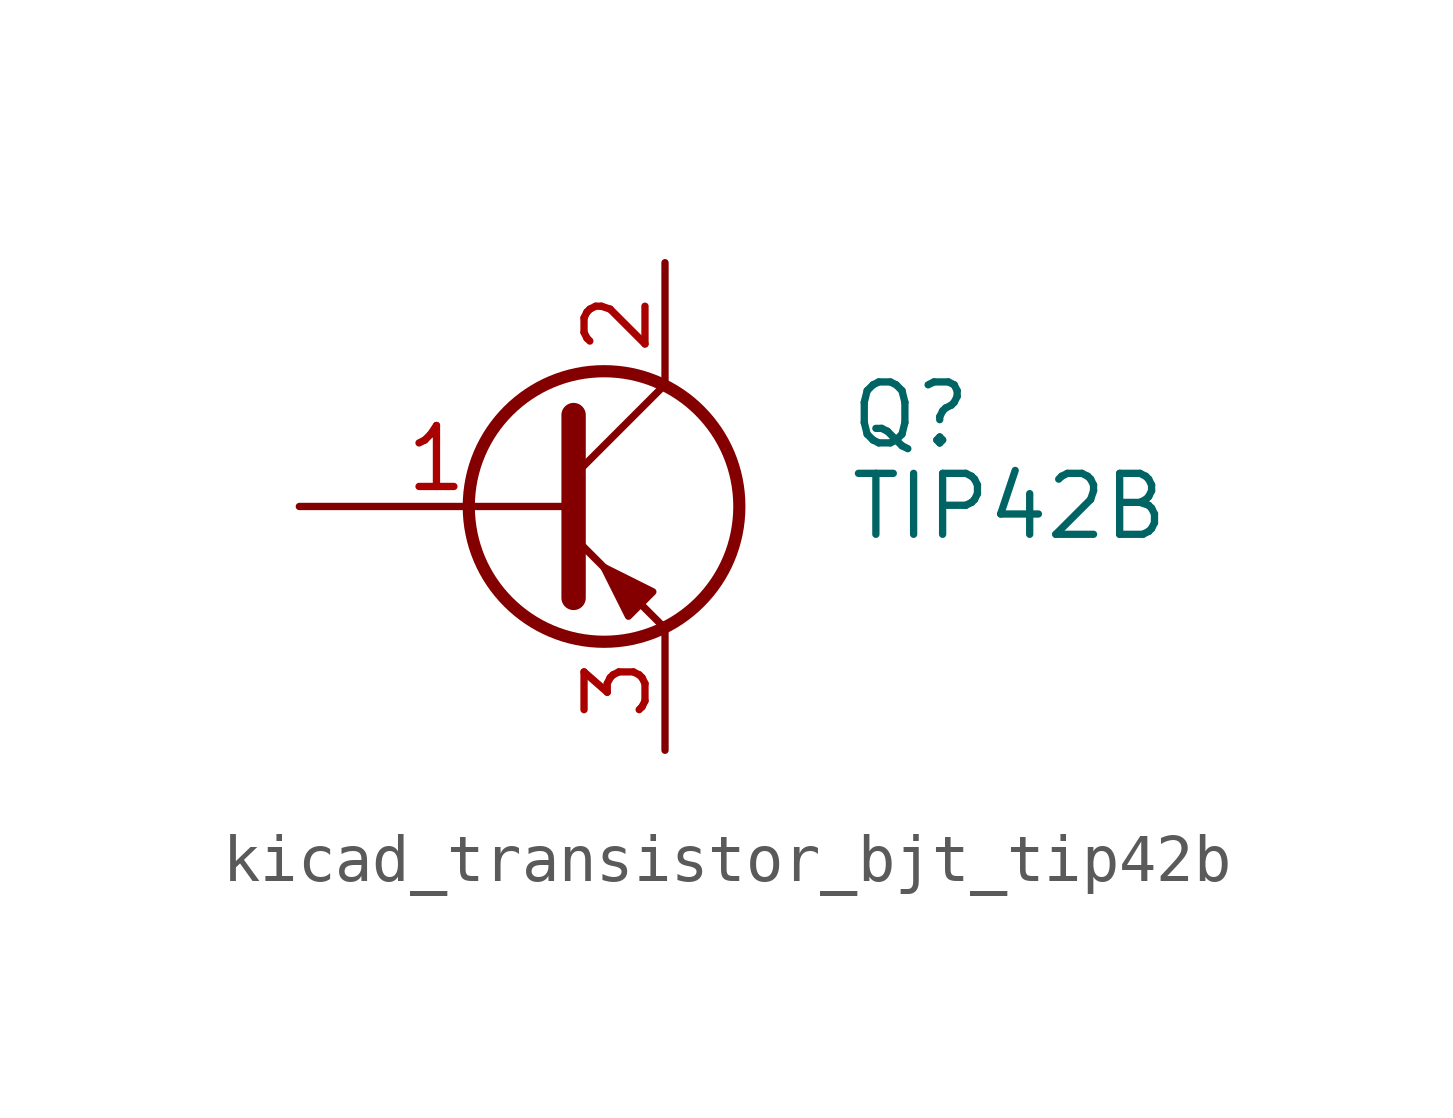
<source format=kicad_sym>
(kicad_symbol_lib
  (version 20220914)
  (generator kicad_symbol_editor)
  (symbol "kicad_transistor_bjt_tip42b"
    (pin_names
      (offset 0) hide)
    (property "Reference" "Q"
      (at 6.35 1.905 0)
      (effects (font (size 1.27 1.27)) (justify left)))
    (property "Value" "TIP42B"
      (at 6.35 0 0)
      (effects (font (size 1.27 1.27)) (justify left)))
    (symbol "kicad_transistor_bjt_tip42b_0_1"
      (polyline (pts (xy 0.635 0.635) (xy 2.54 2.54)) (stroke (width 0) (type default)) (fill (type none)))
      (polyline (pts (xy 0.635 -0.635) (xy 2.54 -2.54) (xy 2.54 -2.54)) (stroke (width 0) (type default)) (fill (type none)))
      (polyline (pts (xy 0.635 1.905) (xy 0.635 -1.905) (xy 0.635 -1.905)) (stroke (width 0.508) (type default)) (fill (type none)))
      (polyline (pts (xy 2.286 -1.778) (xy 1.778 -2.286) (xy 1.27 -1.27) (xy 2.286 -1.778) (xy 2.286 -1.778)) (stroke (width 0) (type default)) (fill (type outline)))
      (circle (center 1.27 0) (radius 2.819) (stroke (width 0.254) (type default)) (fill (type none))))
    (symbol "kicad_transistor_bjt_tip42b_1_1"
      (pin input line (at -5.08 0 0) (length 5.715) (name "B" (effects (font (size 1.27 1.27)))) (number "1" (effects (font (size 1.27 1.27)))))
      (pin passive line (at 2.54 5.08 270) (length 2.54) (name "C" (effects (font (size 1.27 1.27)))) (number "2" (effects (font (size 1.27 1.27)))))
      (pin passive line (at 2.54 -5.08 90) (length 2.54) (name "E" (effects (font (size 1.27 1.27)))) (number "3" (effects (font (size 1.27 1.27))))))))
</source>
